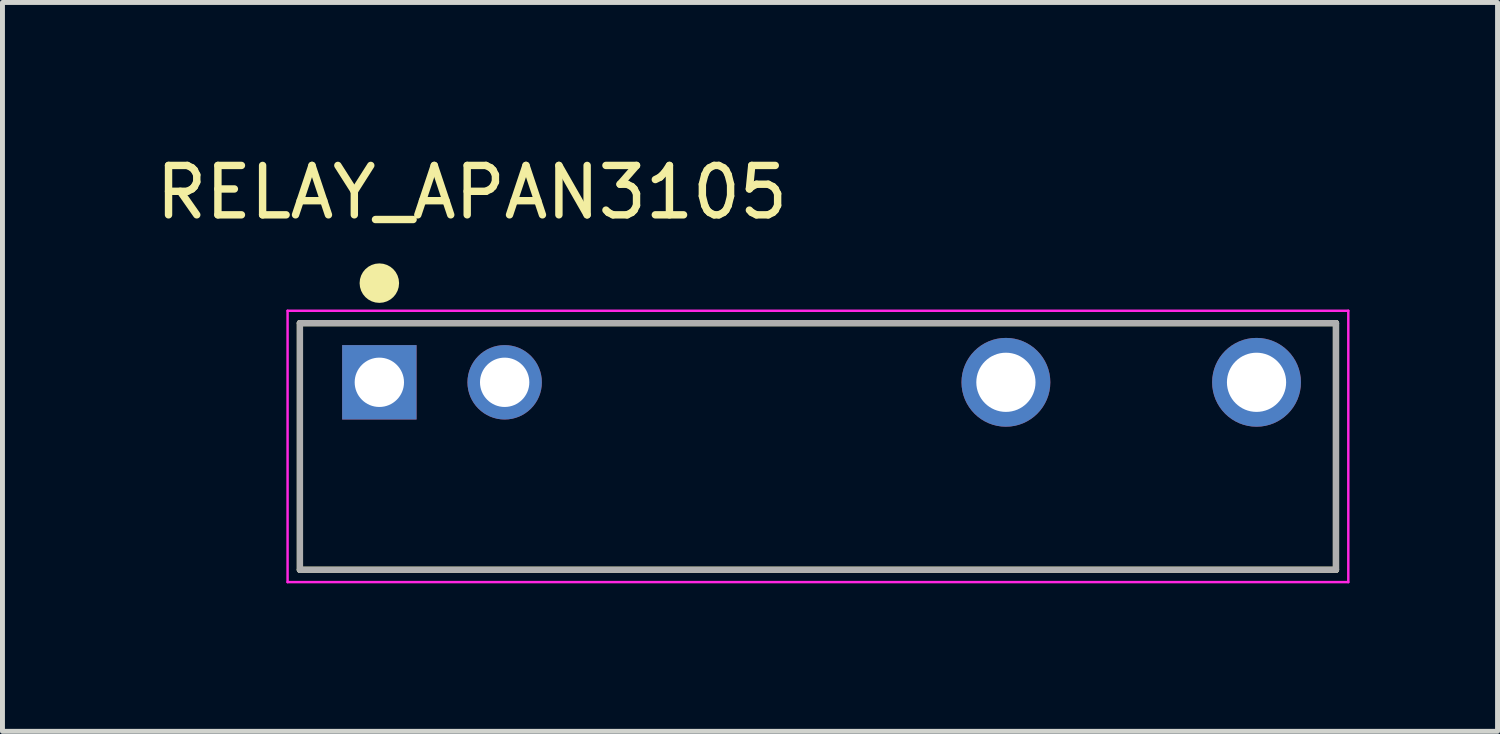
<source format=kicad_pcb>
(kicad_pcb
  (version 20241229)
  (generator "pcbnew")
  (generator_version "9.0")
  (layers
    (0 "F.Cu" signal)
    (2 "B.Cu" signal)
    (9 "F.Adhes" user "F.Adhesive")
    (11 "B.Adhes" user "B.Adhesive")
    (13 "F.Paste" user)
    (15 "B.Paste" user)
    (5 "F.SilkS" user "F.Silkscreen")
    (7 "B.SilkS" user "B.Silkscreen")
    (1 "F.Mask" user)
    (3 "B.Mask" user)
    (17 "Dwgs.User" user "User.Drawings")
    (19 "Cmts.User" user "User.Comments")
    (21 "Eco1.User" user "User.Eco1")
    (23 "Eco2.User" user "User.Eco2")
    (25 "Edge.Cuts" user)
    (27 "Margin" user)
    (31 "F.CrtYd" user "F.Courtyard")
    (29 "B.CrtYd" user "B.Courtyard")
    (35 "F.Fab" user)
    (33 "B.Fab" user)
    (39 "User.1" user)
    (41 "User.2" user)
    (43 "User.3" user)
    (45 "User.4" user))
  (footprint "RELAY_APAN3105"
    (layer "F.Cu")
    (at 4.639 4.699)
    (property "Reference" "RELAY_APAN3105" (at 1.876 -3.85 0) (layer "F.SilkS") (effects (font (size 1.001 1.001) (thickness 0.15))))
    (attr through_hole)
    (fp_line (start -1.61 -1.2) (end 19.39 -1.2) (stroke (width 0.127) (type solid)) (layer "F.SilkS"))
    (fp_line (start -1.61 3.8) (end -1.61 -1.2) (stroke (width 0.127) (type solid)) (layer "F.SilkS"))
    (fp_line (start 19.39 -1.2) (end 19.39 3.8) (stroke (width 0.127) (type solid)) (layer "F.SilkS"))
    (fp_line (start 19.39 3.8) (end -1.61 3.8) (stroke (width 0.127) (type solid)) (layer "F.SilkS"))
    (fp_circle (center 0 -2.01) (end 0.2 -2.01) (stroke (width 0.4) (type solid)) (fill no) (layer "F.SilkS"))
    (fp_line (start -1.86 -1.45) (end 19.64 -1.45) (stroke (width 0.05) (type solid)) (layer "F.CrtYd"))
    (fp_line (start -1.86 4.05) (end -1.86 -1.45) (stroke (width 0.05) (type solid)) (layer "F.CrtYd"))
    (fp_line (start 19.64 -1.45) (end 19.64 4.05) (stroke (width 0.05) (type solid)) (layer "F.CrtYd"))
    (fp_line (start 19.64 4.05) (end -1.86 4.05) (stroke (width 0.05) (type solid)) (layer "F.CrtYd"))
    (fp_line (start -1.61 -1.2) (end 19.39 -1.2) (stroke (width 0.127) (type solid)) (layer "F.Fab"))
    (fp_line (start -1.61 3.8) (end -1.61 -1.2) (stroke (width 0.127) (type solid)) (layer "F.Fab"))
    (fp_line (start 19.39 -1.2) (end 19.39 3.8) (stroke (width 0.127) (type solid)) (layer "F.Fab"))
    (fp_line (start 19.39 3.8) (end -1.61 3.8) (stroke (width 0.127) (type solid)) (layer "F.Fab"))
    (pad "C1" thru_hole rect (at 0 0) (size 1.508 1.508) (drill 1) (layers "*.Cu" "*.Mask"))
    (pad "C2" thru_hole circle (at 2.54 0) (size 1.508 1.508) (drill 1) (layers "*.Cu" "*.Mask"))
    (pad "M" thru_hole circle (at 17.78 0) (size 1.8 1.8) (drill 1.2) (layers "*.Cu" "*.Mask"))
    (pad "NO" thru_hole circle (at 12.7 0) (size 1.8 1.8) (drill 1.2) (layers "*.Cu" "*.Mask")))
  (gr_rect
    (start -3 -3)
    (end 27.304 11.774)
    (stroke (width 0.1) (type default))
    (fill no)
    (layer "Edge.Cuts")))
</source>
